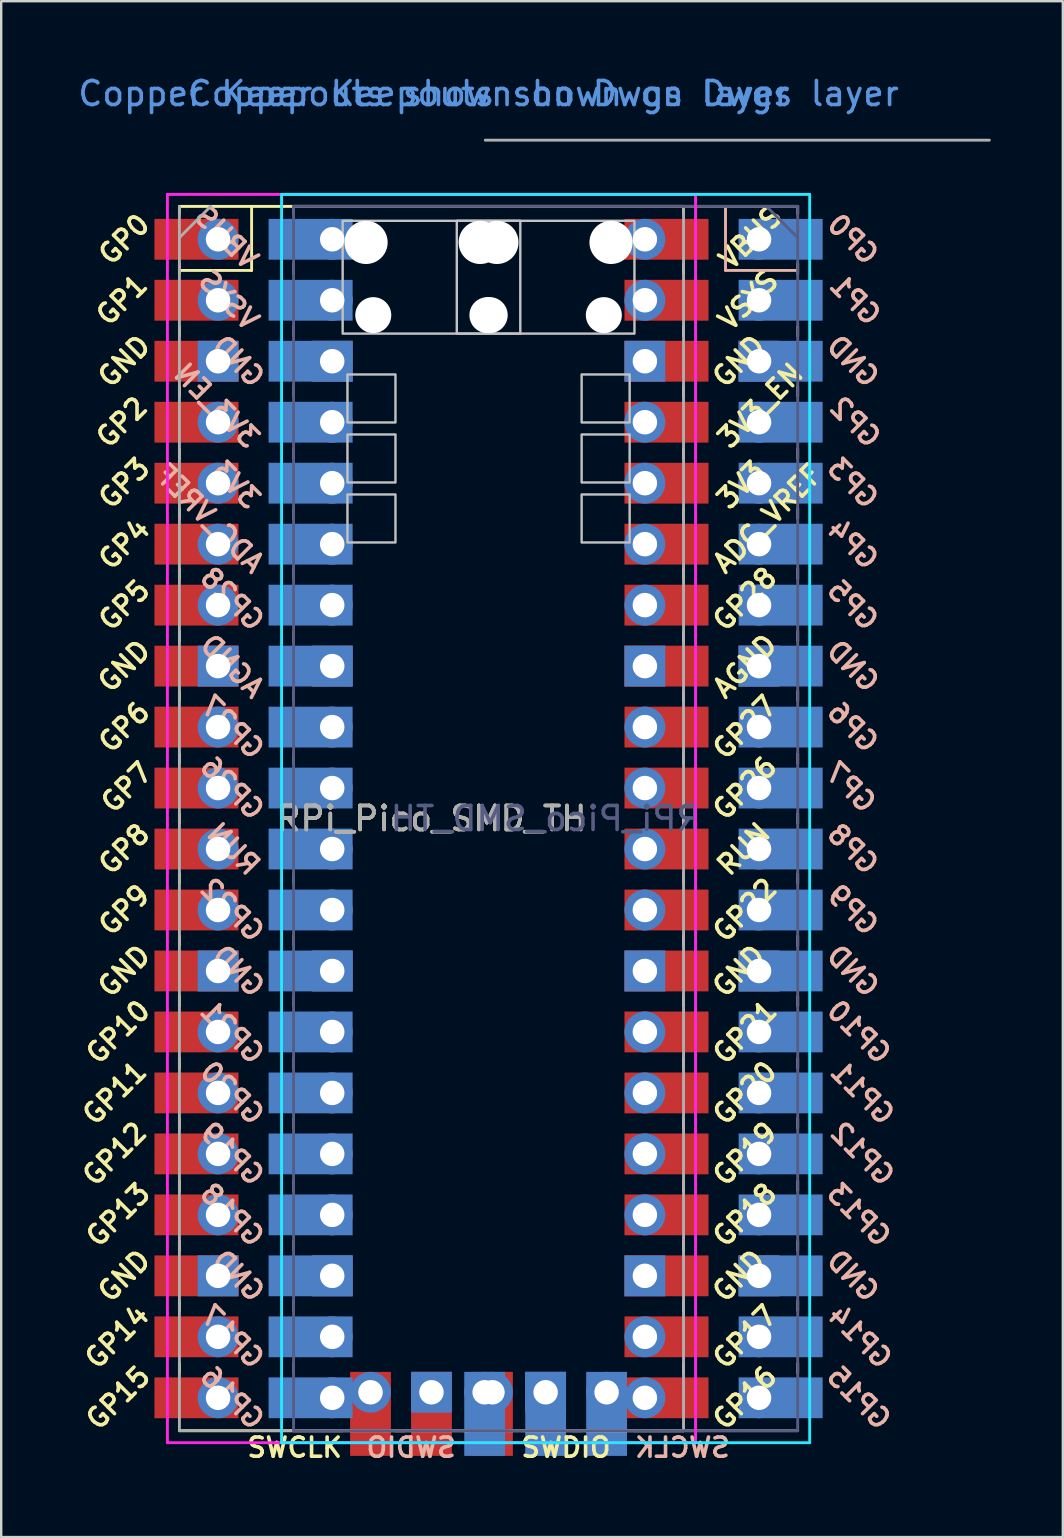
<source format=kicad_pcb>
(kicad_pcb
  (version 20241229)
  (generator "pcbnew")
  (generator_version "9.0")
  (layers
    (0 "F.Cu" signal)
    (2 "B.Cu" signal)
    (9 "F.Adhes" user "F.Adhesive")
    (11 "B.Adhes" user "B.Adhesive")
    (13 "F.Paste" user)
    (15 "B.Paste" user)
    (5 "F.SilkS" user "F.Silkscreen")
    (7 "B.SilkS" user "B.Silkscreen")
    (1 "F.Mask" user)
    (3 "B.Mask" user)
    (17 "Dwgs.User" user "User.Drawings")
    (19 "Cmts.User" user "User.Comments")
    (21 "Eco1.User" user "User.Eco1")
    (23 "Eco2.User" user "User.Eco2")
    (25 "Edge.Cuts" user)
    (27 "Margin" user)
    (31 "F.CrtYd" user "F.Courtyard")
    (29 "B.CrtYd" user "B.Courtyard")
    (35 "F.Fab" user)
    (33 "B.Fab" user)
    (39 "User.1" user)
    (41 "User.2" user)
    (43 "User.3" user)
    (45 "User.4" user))
  (footprint "RPi_Pico_SMD_TH"
    (layer "F.Cu")
    (at 14.924 31.048)
    (property "Reference" "RPi_Pico_SMD_TH" (at 0 0 0) (layer "F.SilkS") (effects (font (size 1 1) (thickness 0.15))))
    (attr through_hole)
    (fp_line (start -10.5 -25.5) (end -10.5 -25.2) (stroke (width 0.12) (type solid)) (layer "F.SilkS"))
    (fp_line (start -10.5 -25.5) (end 10.5 -25.5) (stroke (width 0.12) (type solid)) (layer "F.SilkS"))
    (fp_line (start -10.5 -23.1) (end -10.5 -22.7) (stroke (width 0.12) (type solid)) (layer "F.SilkS"))
    (fp_line (start -10.5 -22.833) (end -7.493 -22.833) (stroke (width 0.12) (type solid)) (layer "F.SilkS"))
    (fp_line (start -10.5 -20.5) (end -10.5 -20.1) (stroke (width 0.12) (type solid)) (layer "F.SilkS"))
    (fp_line (start -10.5 -18) (end -10.5 -17.6) (stroke (width 0.12) (type solid)) (layer "F.SilkS"))
    (fp_line (start -10.5 -15.4) (end -10.5 -15) (stroke (width 0.12) (type solid)) (layer "F.SilkS"))
    (fp_line (start -10.5 -12.9) (end -10.5 -12.5) (stroke (width 0.12) (type solid)) (layer "F.SilkS"))
    (fp_line (start -10.5 -10.4) (end -10.5 -10) (stroke (width 0.12) (type solid)) (layer "F.SilkS"))
    (fp_line (start -10.5 -7.8) (end -10.5 -7.4) (stroke (width 0.12) (type solid)) (layer "F.SilkS"))
    (fp_line (start -10.5 -5.3) (end -10.5 -4.9) (stroke (width 0.12) (type solid)) (layer "F.SilkS"))
    (fp_line (start -10.5 -2.7) (end -10.5 -2.3) (stroke (width 0.12) (type solid)) (layer "F.SilkS"))
    (fp_line (start -10.5 -0.2) (end -10.5 0.2) (stroke (width 0.12) (type solid)) (layer "F.SilkS"))
    (fp_line (start -10.5 2.3) (end -10.5 2.7) (stroke (width 0.12) (type solid)) (layer "F.SilkS"))
    (fp_line (start -10.5 4.9) (end -10.5 5.3) (stroke (width 0.12) (type solid)) (layer "F.SilkS"))
    (fp_line (start -10.5 7.4) (end -10.5 7.8) (stroke (width 0.12) (type solid)) (layer "F.SilkS"))
    (fp_line (start -10.5 10) (end -10.5 10.4) (stroke (width 0.12) (type solid)) (layer "F.SilkS"))
    (fp_line (start -10.5 12.5) (end -10.5 12.9) (stroke (width 0.12) (type solid)) (layer "F.SilkS"))
    (fp_line (start -10.5 15.1) (end -10.5 15.5) (stroke (width 0.12) (type solid)) (layer "F.SilkS"))
    (fp_line (start -10.5 17.6) (end -10.5 18) (stroke (width 0.12) (type solid)) (layer "F.SilkS"))
    (fp_line (start -10.5 20.1) (end -10.5 20.5) (stroke (width 0.12) (type solid)) (layer "F.SilkS"))
    (fp_line (start -10.5 22.7) (end -10.5 23.1) (stroke (width 0.12) (type solid)) (layer "F.SilkS"))
    (fp_line (start -7.493 -22.833) (end -7.493 -25.5) (stroke (width 0.12) (type solid)) (layer "F.SilkS"))
    (fp_line (start -3.7 25.5) (end -10.5 25.5) (stroke (width 0.12) (type solid)) (layer "F.SilkS"))
    (fp_line (start -1.5 25.5) (end -1.1 25.5) (stroke (width 0.12) (type solid)) (layer "F.SilkS"))
    (fp_line (start 1.1 25.5) (end 1.5 25.5) (stroke (width 0.12) (type solid)) (layer "F.SilkS"))
    (fp_line (start 10.5 -25.5) (end 10.5 -25.2) (stroke (width 0.12) (type solid)) (layer "F.SilkS"))
    (fp_line (start 10.5 -23.1) (end 10.5 -22.7) (stroke (width 0.12) (type solid)) (layer "F.SilkS"))
    (fp_line (start 10.5 -20.5) (end 10.5 -20.1) (stroke (width 0.12) (type solid)) (layer "F.SilkS"))
    (fp_line (start 10.5 -18) (end 10.5 -17.6) (stroke (width 0.12) (type solid)) (layer "F.SilkS"))
    (fp_line (start 10.5 -15.4) (end 10.5 -15) (stroke (width 0.12) (type solid)) (layer "F.SilkS"))
    (fp_line (start 10.5 -12.9) (end 10.5 -12.5) (stroke (width 0.12) (type solid)) (layer "F.SilkS"))
    (fp_line (start 10.5 -10.4) (end 10.5 -10) (stroke (width 0.12) (type solid)) (layer "F.SilkS"))
    (fp_line (start 10.5 -7.8) (end 10.5 -7.4) (stroke (width 0.12) (type solid)) (layer "F.SilkS"))
    (fp_line (start 10.5 -5.3) (end 10.5 -4.9) (stroke (width 0.12) (type solid)) (layer "F.SilkS"))
    (fp_line (start 10.5 -2.7) (end 10.5 -2.3) (stroke (width 0.12) (type solid)) (layer "F.SilkS"))
    (fp_line (start 10.5 -0.2) (end 10.5 0.2) (stroke (width 0.12) (type solid)) (layer "F.SilkS"))
    (fp_line (start 10.5 2.3) (end 10.5 2.7) (stroke (width 0.12) (type solid)) (layer "F.SilkS"))
    (fp_line (start 10.5 4.9) (end 10.5 5.3) (stroke (width 0.12) (type solid)) (layer "F.SilkS"))
    (fp_line (start 10.5 7.4) (end 10.5 7.8) (stroke (width 0.12) (type solid)) (layer "F.SilkS"))
    (fp_line (start 10.5 10) (end 10.5 10.4) (stroke (width 0.12) (type solid)) (layer "F.SilkS"))
    (fp_line (start 10.5 12.5) (end 10.5 12.9) (stroke (width 0.12) (type solid)) (layer "F.SilkS"))
    (fp_line (start 10.5 15.1) (end 10.5 15.5) (stroke (width 0.12) (type solid)) (layer "F.SilkS"))
    (fp_line (start 10.5 17.6) (end 10.5 18) (stroke (width 0.12) (type solid)) (layer "F.SilkS"))
    (fp_line (start 10.5 20.1) (end 10.5 20.5) (stroke (width 0.12) (type solid)) (layer "F.SilkS"))
    (fp_line (start 10.5 22.7) (end 10.5 23.1) (stroke (width 0.12) (type solid)) (layer "F.SilkS"))
    (fp_line (start 10.5 25.5) (end 3.7 25.5) (stroke (width 0.12) (type solid)) (layer "F.SilkS"))
    (fp_line (start -5.745 -25.5) (end -5.745 -25.2) (stroke (width 0.12) (type solid)) (layer "B.SilkS"))
    (fp_line (start -5.745 -23.1) (end -5.745 -22.7) (stroke (width 0.12) (type solid)) (layer "B.SilkS"))
    (fp_line (start -5.745 -20.5) (end -5.745 -20.1) (stroke (width 0.12) (type solid)) (layer "B.SilkS"))
    (fp_line (start -5.745 -18) (end -5.745 -17.6) (stroke (width 0.12) (type solid)) (layer "B.SilkS"))
    (fp_line (start -5.745 -15.4) (end -5.745 -15) (stroke (width 0.12) (type solid)) (layer "B.SilkS"))
    (fp_line (start -5.745 -12.9) (end -5.745 -12.5) (stroke (width 0.12) (type solid)) (layer "B.SilkS"))
    (fp_line (start -5.745 -10.4) (end -5.745 -10) (stroke (width 0.12) (type solid)) (layer "B.SilkS"))
    (fp_line (start -5.745 -7.8) (end -5.745 -7.4) (stroke (width 0.12) (type solid)) (layer "B.SilkS"))
    (fp_line (start -5.745 -5.3) (end -5.745 -4.9) (stroke (width 0.12) (type solid)) (layer "B.SilkS"))
    (fp_line (start -5.745 -2.7) (end -5.745 -2.3) (stroke (width 0.12) (type solid)) (layer "B.SilkS"))
    (fp_line (start -5.745 -0.2) (end -5.745 0.2) (stroke (width 0.12) (type solid)) (layer "B.SilkS"))
    (fp_line (start -5.745 2.3) (end -5.745 2.7) (stroke (width 0.12) (type solid)) (layer "B.SilkS"))
    (fp_line (start -5.745 4.9) (end -5.745 5.3) (stroke (width 0.12) (type solid)) (layer "B.SilkS"))
    (fp_line (start -5.745 7.4) (end -5.745 7.8) (stroke (width 0.12) (type solid)) (layer "B.SilkS"))
    (fp_line (start -5.745 10) (end -5.745 10.4) (stroke (width 0.12) (type solid)) (layer "B.SilkS"))
    (fp_line (start -5.745 12.5) (end -5.745 12.9) (stroke (width 0.12) (type solid)) (layer "B.SilkS"))
    (fp_line (start -5.745 15.1) (end -5.745 15.5) (stroke (width 0.12) (type solid)) (layer "B.SilkS"))
    (fp_line (start -5.745 17.6) (end -5.745 18) (stroke (width 0.12) (type solid)) (layer "B.SilkS"))
    (fp_line (start -5.745 20.1) (end -5.745 20.5) (stroke (width 0.12) (type solid)) (layer "B.SilkS"))
    (fp_line (start -5.745 22.7) (end -5.745 23.1) (stroke (width 0.12) (type solid)) (layer "B.SilkS"))
    (fp_line (start -5.745 25.5) (end 1.055 25.5) (stroke (width 0.12) (type solid)) (layer "B.SilkS"))
    (fp_line (start 3.655 25.5) (end 3.255 25.5) (stroke (width 0.12) (type solid)) (layer "B.SilkS"))
    (fp_line (start 6.255 25.5) (end 5.855 25.5) (stroke (width 0.12) (type solid)) (layer "B.SilkS"))
    (fp_line (start 8.455 25.5) (end 15.255 25.5) (stroke (width 0.12) (type solid)) (layer "B.SilkS"))
    (fp_line (start 12.248 -22.833) (end 12.248 -25.5) (stroke (width 0.12) (type solid)) (layer "B.SilkS"))
    (fp_line (start 15.255 -25.5) (end -5.745 -25.5) (stroke (width 0.12) (type solid)) (layer "B.SilkS"))
    (fp_line (start 15.255 -25.5) (end 15.255 -25.2) (stroke (width 0.12) (type solid)) (layer "B.SilkS"))
    (fp_line (start 15.255 -23.1) (end 15.255 -22.7) (stroke (width 0.12) (type solid)) (layer "B.SilkS"))
    (fp_line (start 15.255 -22.833) (end 12.248 -22.833) (stroke (width 0.12) (type solid)) (layer "B.SilkS"))
    (fp_line (start 15.255 -20.5) (end 15.255 -20.1) (stroke (width 0.12) (type solid)) (layer "B.SilkS"))
    (fp_line (start 15.255 -18) (end 15.255 -17.6) (stroke (width 0.12) (type solid)) (layer "B.SilkS"))
    (fp_line (start 15.255 -15.4) (end 15.255 -15) (stroke (width 0.12) (type solid)) (layer "B.SilkS"))
    (fp_line (start 15.255 -12.9) (end 15.255 -12.5) (stroke (width 0.12) (type solid)) (layer "B.SilkS"))
    (fp_line (start 15.255 -10.4) (end 15.255 -10) (stroke (width 0.12) (type solid)) (layer "B.SilkS"))
    (fp_line (start 15.255 -7.8) (end 15.255 -7.4) (stroke (width 0.12) (type solid)) (layer "B.SilkS"))
    (fp_line (start 15.255 -5.3) (end 15.255 -4.9) (stroke (width 0.12) (type solid)) (layer "B.SilkS"))
    (fp_line (start 15.255 -2.7) (end 15.255 -2.3) (stroke (width 0.12) (type solid)) (layer "B.SilkS"))
    (fp_line (start 15.255 -0.2) (end 15.255 0.2) (stroke (width 0.12) (type solid)) (layer "B.SilkS"))
    (fp_line (start 15.255 2.3) (end 15.255 2.7) (stroke (width 0.12) (type solid)) (layer "B.SilkS"))
    (fp_line (start 15.255 4.9) (end 15.255 5.3) (stroke (width 0.12) (type solid)) (layer "B.SilkS"))
    (fp_line (start 15.255 7.4) (end 15.255 7.8) (stroke (width 0.12) (type solid)) (layer "B.SilkS"))
    (fp_line (start 15.255 10) (end 15.255 10.4) (stroke (width 0.12) (type solid)) (layer "B.SilkS"))
    (fp_line (start 15.255 12.5) (end 15.255 12.9) (stroke (width 0.12) (type solid)) (layer "B.SilkS"))
    (fp_line (start 15.255 15.1) (end 15.255 15.5) (stroke (width 0.12) (type solid)) (layer "B.SilkS"))
    (fp_line (start 15.255 17.6) (end 15.255 18) (stroke (width 0.12) (type solid)) (layer "B.SilkS"))
    (fp_line (start 15.255 20.1) (end 15.255 20.5) (stroke (width 0.12) (type solid)) (layer "B.SilkS"))
    (fp_line (start 15.255 22.7) (end 15.255 23.1) (stroke (width 0.12) (type solid)) (layer "B.SilkS"))
    (fp_poly (pts (xy -1.5 -16.5) (xy -3.5 -16.5) (xy -3.5 -18.5) (xy -1.5 -18.5)) (stroke (width 0.1) (type solid)) (fill no) (layer "Dwgs.User"))
    (fp_poly (pts (xy -1.5 -14) (xy -3.5 -14) (xy -3.5 -16) (xy -1.5 -16)) (stroke (width 0.1) (type solid)) (fill no) (layer "Dwgs.User"))
    (fp_poly (pts (xy -1.5 -11.5) (xy -3.5 -11.5) (xy -3.5 -13.5) (xy -1.5 -13.5)) (stroke (width 0.1) (type solid)) (fill no) (layer "Dwgs.User"))
    (fp_poly (pts (xy 1.055 -20.2) (xy 8.455 -20.2) (xy 8.455 -24.9) (xy 1.055 -24.9)) (stroke (width 0.1) (type solid)) (fill no) (layer "Dwgs.User"))
    (fp_poly (pts (xy 3.7 -20.2) (xy -3.7 -20.2) (xy -3.7 -24.9) (xy 3.7 -24.9)) (stroke (width 0.1) (type solid)) (fill no) (layer "Dwgs.User"))
    (fp_poly (pts (xy 6.255 -16.5) (xy 8.255 -16.5) (xy 8.255 -18.5) (xy 6.255 -18.5)) (stroke (width 0.1) (type solid)) (fill no) (layer "Dwgs.User"))
    (fp_poly (pts (xy 6.255 -14) (xy 8.255 -14) (xy 8.255 -16) (xy 6.255 -16)) (stroke (width 0.1) (type solid)) (fill no) (layer "Dwgs.User"))
    (fp_poly (pts (xy 6.255 -11.5) (xy 8.255 -11.5) (xy 8.255 -13.5) (xy 6.255 -13.5)) (stroke (width 0.1) (type solid)) (fill no) (layer "Dwgs.User"))
    (fp_line (start -6.245 -26) (end -6.245 26) (stroke (width 0.12) (type solid)) (layer "B.CrtYd"))
    (fp_line (start -6.245 26) (end 15.755 26) (stroke (width 0.12) (type solid)) (layer "B.CrtYd"))
    (fp_line (start 15.755 -26) (end -6.245 -26) (stroke (width 0.12) (type solid)) (layer "B.CrtYd"))
    (fp_line (start 15.755 26) (end 15.755 -26) (stroke (width 0.12) (type solid)) (layer "B.CrtYd"))
    (fp_line (start -11 -26) (end 11 -26) (stroke (width 0.12) (type solid)) (layer "F.CrtYd"))
    (fp_line (start -11 26) (end -11 -26) (stroke (width 0.12) (type solid)) (layer "F.CrtYd"))
    (fp_line (start 11 -26) (end 11 26) (stroke (width 0.12) (type solid)) (layer "F.CrtYd"))
    (fp_line (start 11 26) (end -11 26) (stroke (width 0.12) (type solid)) (layer "F.CrtYd"))
    (fp_line (start -5.745 -25.5) (end -5.745 25.5) (stroke (width 0.12) (type solid)) (layer "B.Fab"))
    (fp_line (start -5.745 25.5) (end 15.255 25.5) (stroke (width 0.12) (type solid)) (layer "B.Fab"))
    (fp_line (start 15.255 -25.5) (end -5.745 -25.5) (stroke (width 0.12) (type solid)) (layer "B.Fab"))
    (fp_line (start 15.255 -24.2) (end 13.955 -25.5) (stroke (width 0.12) (type solid)) (layer "B.Fab"))
    (fp_line (start 15.255 25.5) (end 15.255 -25.5) (stroke (width 0.12) (type solid)) (layer "B.Fab"))
    (fp_line (start -10.5 -24.2) (end -9.2 -25.5) (stroke (width 0.12) (type solid)) (layer "F.Fab"))
    (fp_line (start -10.5 25.5) (end -10.5 -25.5) (stroke (width 0.12) (type solid)) (layer "F.Fab"))
    (fp_line (start 2.24 -28.26) (end 23.24 -28.26) (stroke (width 0.12) (type solid)) (layer "F.Fab"))
    (fp_line (start 10.5 -25.5) (end 10.5 25.5) (stroke (width 0.12) (type solid)) (layer "F.Fab"))
    (fp_line (start 10.5 25.5) (end -10.5 25.5) (stroke (width 0.12) (type solid)) (layer "F.Fab"))
    (fp_text user "GND" (at -12.8 -6.35 45) (layer "F.SilkS") (effects (font (size 0.8 0.8) (thickness 0.15))))
    (fp_text user "GP14" (at -13.1 21.59 45) (layer "F.SilkS") (effects (font (size 0.8 0.8) (thickness 0.15))))
    (fp_text user "GP27" (at 13.054 -3.8 45) (layer "F.SilkS") (effects (font (size 0.8 0.8) (thickness 0.15))))
    (fp_text user "GP28" (at 13.054 -9.144 45) (layer "F.SilkS") (effects (font (size 0.8 0.8) (thickness 0.15))))
    (fp_text user "GND" (at 12.8 6.35 45) (layer "F.SilkS") (effects (font (size 0.8 0.8) (thickness 0.15))))
    (fp_text user "ADC_VREF" (at 14 -12.5 45) (layer "F.SilkS") (effects (font (size 0.8 0.8) (thickness 0.15))))
    (fp_text user "GP10" (at -13.054 8.89 45) (layer "F.SilkS") (effects (font (size 0.8 0.8) (thickness 0.15))))
    (fp_text user "GP7" (at -12.7 -1.3 45) (layer "F.SilkS") (effects (font (size 0.8 0.8) (thickness 0.15))))
    (fp_text user "GP16" (at 13.054 24.13 45) (layer "F.SilkS") (effects (font (size 0.8 0.8) (thickness 0.15))))
    (fp_text user "GP19" (at 13.054 13.97 45) (layer "F.SilkS") (effects (font (size 0.8 0.8) (thickness 0.15))))
    (fp_text user "GND" (at -12.8 19.05 45) (layer "F.SilkS") (effects (font (size 0.8 0.8) (thickness 0.15))))
    (fp_text user "GP17" (at 13.054 21.59 45) (layer "F.SilkS") (effects (font (size 0.8 0.8) (thickness 0.15))))
    (fp_text user "GP4" (at -12.8 -11.43 45) (layer "F.SilkS") (effects (font (size 0.8 0.8) (thickness 0.15))))
    (fp_text user "GP9" (at -12.8 3.81 45) (layer "F.SilkS") (effects (font (size 0.8 0.8) (thickness 0.15))))
    (fp_text user "GP2" (at -12.9 -16.51 45) (layer "F.SilkS") (effects (font (size 0.8 0.8) (thickness 0.15))))
    (fp_text user "GP12" (at -13.2 13.97 45) (layer "F.SilkS") (effects (font (size 0.8 0.8) (thickness 0.15))))
    (fp_text user "VBUS" (at 13.3 -24.2 45) (layer "F.SilkS") (effects (font (size 0.8 0.8) (thickness 0.15))))
    (fp_text user "GP21" (at 13.054 8.9 45) (layer "F.SilkS") (effects (font (size 0.8 0.8) (thickness 0.15))))
    (fp_text user "GND" (at 12.8 -19.05 45) (layer "F.SilkS") (effects (font (size 0.8 0.8) (thickness 0.15))))
    (fp_text user "VSYS" (at 13.2 -21.59 45) (layer "F.SilkS") (effects (font (size 0.8 0.8) (thickness 0.15))))
    (fp_text user "SWCLK" (at -5.7 26.2 0) (layer "F.SilkS") (effects (font (size 0.8 0.8) (thickness 0.15))))
    (fp_text user "SWDIO" (at 5.6 26.2 0) (layer "F.SilkS") (effects (font (size 0.8 0.8) (thickness 0.15))))
    (fp_text user "GP18" (at 13.054 16.51 45) (layer "F.SilkS") (effects (font (size 0.8 0.8) (thickness 0.15))))
    (fp_text user "GP5" (at -12.8 -8.89 45) (layer "F.SilkS") (effects (font (size 0.8 0.8) (thickness 0.15))))
    (fp_text user "GP15" (at -13.054 24.13 45) (layer "F.SilkS") (effects (font (size 0.8 0.8) (thickness 0.15))))
    (fp_text user "AGND" (at 13.054 -6.35 45) (layer "F.SilkS") (effects (font (size 0.8 0.8) (thickness 0.15))))
    (fp_text user "GND" (at 12.8 19.05 45) (layer "F.SilkS") (effects (font (size 0.8 0.8) (thickness 0.15))))
    (fp_text user "GP0" (at -12.8 -24.13 45) (layer "F.SilkS") (effects (font (size 0.8 0.8) (thickness 0.15))))
    (fp_text user "GP26" (at 13.054 -1.27 45) (layer "F.SilkS") (effects (font (size 0.8 0.8) (thickness 0.15))))
    (fp_text user "GP1" (at -12.9 -21.6 45) (layer "F.SilkS") (effects (font (size 0.8 0.8) (thickness 0.15))))
    (fp_text user "3V3" (at 12.9 -13.9 45) (layer "F.SilkS") (effects (font (size 0.8 0.8) (thickness 0.15))))
    (fp_text user "3V3_EN" (at 13.7 -17.2 45) (layer "F.SilkS") (effects (font (size 0.8 0.8) (thickness 0.15))))
    (fp_text user "GP3" (at -12.8 -13.97 45) (layer "F.SilkS") (effects (font (size 0.8 0.8) (thickness 0.15))))
    (fp_text user "RUN" (at 13 1.27 45) (layer "F.SilkS") (effects (font (size 0.8 0.8) (thickness 0.15))))
    (fp_text user "GP6" (at -12.8 -3.81 45) (layer "F.SilkS") (effects (font (size 0.8 0.8) (thickness 0.15))))
    (fp_text user "GP22" (at 13.054 3.81 45) (layer "F.SilkS") (effects (font (size 0.8 0.8) (thickness 0.15))))
    (fp_text user "GP11" (at -13.2 11.43 45) (layer "F.SilkS") (effects (font (size 0.8 0.8) (thickness 0.15))))
    (fp_text user "GP20" (at 13.054 11.43 45) (layer "F.SilkS") (effects (font (size 0.8 0.8) (thickness 0.15))))
    (fp_text user "GND" (at -12.8 -19.05 45) (layer "F.SilkS") (effects (font (size 0.8 0.8) (thickness 0.15))))
    (fp_text user "GP13" (at -13.054 16.51 45) (layer "F.SilkS") (effects (font (size 0.8 0.8) (thickness 0.15))))
    (fp_text user "GND" (at -12.8 6.35 45) (layer "F.SilkS") (effects (font (size 0.8 0.8) (thickness 0.15))))
    (fp_text user "GP8" (at -12.8 1.27 45) (layer "F.SilkS") (effects (font (size 0.8 0.8) (thickness 0.15))))
    (fp_text user "RUN" (at -8.245 1.27 315) (layer "B.SilkS") (effects (font (size 0.8 0.8) (thickness 0.15)) (justify mirror)))
    (fp_text user "GP8" (at 17.555 1.27 315) (layer "B.SilkS") (effects (font (size 0.8 0.8) (thickness 0.15)) (justify mirror)))
    (fp_text user "GND" (at 17.555 19.05 315) (layer "B.SilkS") (effects (font (size 0.8 0.8) (thickness 0.15)) (justify mirror)))
    (fp_text user "VSYS" (at -8.445 -21.59 315) (layer "B.SilkS") (effects (font (size 0.8 0.8) (thickness 0.15)) (justify mirror)))
    (fp_text user "GP6" (at 17.555 -3.81 315) (layer "B.SilkS") (effects (font (size 0.8 0.8) (thickness 0.15)) (justify mirror)))
    (fp_text user "GP26" (at -8.299 -1.27 315) (layer "B.SilkS") (effects (font (size 0.8 0.8) (thickness 0.15)) (justify mirror)))
    (fp_text user "GP5" (at 17.555 -8.89 315) (layer "B.SilkS") (effects (font (size 0.8 0.8) (thickness 0.15)) (justify mirror)))
    (fp_text user "GP18" (at -8.299 16.51 315) (layer "B.SilkS") (effects (font (size 0.8 0.8) (thickness 0.15)) (justify mirror)))
    (fp_text user "GND" (at -8.045 19.05 315) (layer "B.SilkS") (effects (font (size 0.8 0.8) (thickness 0.15)) (justify mirror)))
    (fp_text user "3V3" (at -8.145 -13.9 315) (layer "B.SilkS") (effects (font (size 0.8 0.8) (thickness 0.15)) (justify mirror)))
    (fp_text user "GP14" (at 17.855 21.59 315) (layer "B.SilkS") (effects (font (size 0.8 0.8) (thickness 0.15)) (justify mirror)))
    (fp_text user "ADC_VREF" (at -9.245 -12.5 315) (layer "B.SilkS") (effects (font (size 0.8 0.8) (thickness 0.15)) (justify mirror)))
    (fp_text user "GP1" (at 17.655 -21.6 315) (layer "B.SilkS") (effects (font (size 0.8 0.8) (thickness 0.15)) (justify mirror)))
    (fp_text user "GP7" (at 17.455 -1.3 315) (layer "B.SilkS") (effects (font (size 0.8 0.8) (thickness 0.15)) (justify mirror)))
    (fp_text user "GP12" (at 17.955 13.97 315) (layer "B.SilkS") (effects (font (size 0.8 0.8) (thickness 0.15)) (justify mirror)))
    (fp_text user "GP9" (at 17.555 3.81 315) (layer "B.SilkS") (effects (font (size 0.8 0.8) (thickness 0.15)) (justify mirror)))
    (fp_text user "GND" (at -8.045 6.35 315) (layer "B.SilkS") (effects (font (size 0.8 0.8) (thickness 0.15)) (justify mirror)))
    (fp_text user "GND" (at 17.555 -6.35 315) (layer "B.SilkS") (effects (font (size 0.8 0.8) (thickness 0.15)) (justify mirror)))
    (fp_text user "GP19" (at -8.299 13.97 315) (layer "B.SilkS") (effects (font (size 0.8 0.8) (thickness 0.15)) (justify mirror)))
    (fp_text user "GP3" (at 17.555 -13.97 315) (layer "B.SilkS") (effects (font (size 0.8 0.8) (thickness 0.15)) (justify mirror)))
    (fp_text user "SWCLK" (at 10.455 26.2 0) (layer "B.SilkS") (effects (font (size 0.8 0.8) (thickness 0.15)) (justify mirror)))
    (fp_text user "GP20" (at -8.299 11.43 315) (layer "B.SilkS") (effects (font (size 0.8 0.8) (thickness 0.15)) (justify mirror)))
    (fp_text user "GP11" (at 17.955 11.43 315) (layer "B.SilkS") (effects (font (size 0.8 0.8) (thickness 0.15)) (justify mirror)))
    (fp_text user "GP15" (at 17.809 24.13 315) (layer "B.SilkS") (effects (font (size 0.8 0.8) (thickness 0.15)) (justify mirror)))
    (fp_text user "GP4" (at 17.555 -11.43 315) (layer "B.SilkS") (effects (font (size 0.8 0.8) (thickness 0.15)) (justify mirror)))
    (fp_text user "GP21" (at -8.299 8.9 315) (layer "B.SilkS") (effects (font (size 0.8 0.8) (thickness 0.15)) (justify mirror)))
    (fp_text user "GP22" (at -8.299 3.81 315) (layer "B.SilkS") (effects (font (size 0.8 0.8) (thickness 0.15)) (justify mirror)))
    (fp_text user "GP13" (at 17.809 16.51 315) (layer "B.SilkS") (effects (font (size 0.8 0.8) (thickness 0.15)) (justify mirror)))
    (fp_text user "GP0" (at 17.555 -24.13 315) (layer "B.SilkS") (effects (font (size 0.8 0.8) (thickness 0.15)) (justify mirror)))
    (fp_text user "GP2" (at 17.655 -16.51 315) (layer "B.SilkS") (effects (font (size 0.8 0.8) (thickness 0.15)) (justify mirror)))
    (fp_text user "GP27" (at -8.299 -3.8 315) (layer "B.SilkS") (effects (font (size 0.8 0.8) (thickness 0.15)) (justify mirror)))
    (fp_text user "VBUS" (at -8.545 -24.2 315) (layer "B.SilkS") (effects (font (size 0.8 0.8) (thickness 0.15)) (justify mirror)))
    (fp_text user "AGND" (at -8.299 -6.35 315) (layer "B.SilkS") (effects (font (size 0.8 0.8) (thickness 0.15)) (justify mirror)))
    (fp_text user "SWDIO" (at -0.845 26.2 0) (layer "B.SilkS") (effects (font (size 0.8 0.8) (thickness 0.15)) (justify mirror)))
    (fp_text user "GP16" (at -8.299 24.13 315) (layer "B.SilkS") (effects (font (size 0.8 0.8) (thickness 0.15)) (justify mirror)))
    (fp_text user "3V3_EN" (at -8.945 -17.2 315) (layer "B.SilkS") (effects (font (size 0.8 0.8) (thickness 0.15)) (justify mirror)))
    (fp_text user "GP17" (at -8.299 21.59 315) (layer "B.SilkS") (effects (font (size 0.8 0.8) (thickness 0.15)) (justify mirror)))
    (fp_text user "GND" (at -8.045 -19.05 315) (layer "B.SilkS") (effects (font (size 0.8 0.8) (thickness 0.15)) (justify mirror)))
    (fp_text user "GND" (at 17.555 -19.05 315) (layer "B.SilkS") (effects (font (size 0.8 0.8) (thickness 0.15)) (justify mirror)))
    (fp_text user "GND" (at 17.555 6.35 315) (layer "B.SilkS") (effects (font (size 0.8 0.8) (thickness 0.15)) (justify mirror)))
    (fp_text user "GP28" (at -8.299 -9.144 315) (layer "B.SilkS") (effects (font (size 0.8 0.8) (thickness 0.15)) (justify mirror)))
    (fp_text user "GP10" (at 17.809 8.89 315) (layer "B.SilkS") (effects (font (size 0.8 0.8) (thickness 0.15)) (justify mirror)))
    (fp_text user "Copper Keepouts shown on Dwgs layer" (at 4.655 -30.2 0) (layer "Cmts.User") (effects (font (size 1 1) (thickness 0.15))))
    (fp_text user "Copper Keepouts shown on Dwgs layer" (at 0.1 -30.2 0) (layer "Cmts.User") (effects (font (size 1 1) (thickness 0.15))))
    (fp_text user "${REFERENCE}" (at 4.755 0 180) (layer "B.Fab") (effects (font (size 1 1) (thickness 0.15)) (justify mirror)))
    (fp_text user "${REFERENCE}" (at 0 0 180) (layer "F.Fab") (effects (font (size 1 1) (thickness 0.15))))
    (pad "" np_thru_hole oval (at -2.725 -24) (size 1.8 1.8) (drill 1.8) (layers "*.Cu" "*.Mask"))
    (pad "" np_thru_hole oval (at -2.425 -20.97) (size 1.5 1.5) (drill 1.5) (layers "*.Cu" "*.Mask"))
    (pad "" np_thru_hole oval (at 2.03 -24) (size 1.8 1.8) (drill 1.8) (layers "*.Cu" "*.Mask"))
    (pad "" np_thru_hole oval (at 2.33 -20.97) (size 1.5 1.5) (drill 1.5) (layers "*.Cu" "*.Mask"))
    (pad "" np_thru_hole oval (at 2.425 -20.97) (size 1.5 1.5) (drill 1.5) (layers "*.Cu" "*.Mask"))
    (pad "" np_thru_hole oval (at 2.725 -24) (size 1.8 1.8) (drill 1.8) (layers "*.Cu" "*.Mask"))
    (pad "" np_thru_hole oval (at 7.18 -20.97) (size 1.5 1.5) (drill 1.5) (layers "*.Cu" "*.Mask"))
    (pad "" np_thru_hole oval (at 7.48 -24) (size 1.8 1.8) (drill 1.8) (layers "*.Cu" "*.Mask"))
    (pad "1" thru_hole oval (at -8.89 -24.13) (size 1.7 1.7) (drill 1.02) (layers "*.Cu" "*.Mask"))
    (pad "1" smd rect (at -8.89 -24.13) (size 3.5 1.7) (drill (offset -0.9 0)) (layers "F.Cu" "F.Mask"))
    (pad "1" thru_hole oval (at 13.645 -24.13) (size 1.7 1.7) (drill 1.02) (layers "*.Cu" "*.Mask"))
    (pad "1" smd rect (at 13.645 -24.13) (size 3.5 1.7) (drill (offset 0.9 0)) (layers "B.Cu" "B.Mask"))
    (pad "2" thru_hole oval (at -8.89 -21.59) (size 1.7 1.7) (drill 1.02) (layers "*.Cu" "*.Mask"))
    (pad "2" smd rect (at -8.89 -21.59) (size 3.5 1.7) (drill (offset -0.9 0)) (layers "F.Cu" "F.Mask"))
    (pad "2" thru_hole oval (at 13.645 -21.59) (size 1.7 1.7) (drill 1.02) (layers "*.Cu" "*.Mask"))
    (pad "2" smd rect (at 13.645 -21.59) (size 3.5 1.7) (drill (offset 0.9 0)) (layers "B.Cu" "B.Mask"))
    (pad "3" thru_hole rect (at -8.89 -19.05) (size 1.7 1.7) (drill 1.02) (layers "*.Cu" "*.Mask"))
    (pad "3" smd rect (at -8.89 -19.05) (size 3.5 1.7) (drill (offset -0.9 0)) (layers "F.Cu" "F.Mask"))
    (pad "3" thru_hole rect (at 13.645 -19.05) (size 1.7 1.7) (drill 1.02) (layers "*.Cu" "*.Mask"))
    (pad "3" smd rect (at 13.645 -19.05) (size 3.5 1.7) (drill (offset 0.9 0)) (layers "B.Cu" "B.Mask"))
    (pad "4" thru_hole oval (at -8.89 -16.51) (size 1.7 1.7) (drill 1.02) (layers "*.Cu" "*.Mask"))
    (pad "4" smd rect (at -8.89 -16.51) (size 3.5 1.7) (drill (offset -0.9 0)) (layers "F.Cu" "F.Mask"))
    (pad "4" thru_hole oval (at 13.645 -16.51) (size 1.7 1.7) (drill 1.02) (layers "*.Cu" "*.Mask"))
    (pad "4" smd rect (at 13.645 -16.51) (size 3.5 1.7) (drill (offset 0.9 0)) (layers "B.Cu" "B.Mask"))
    (pad "5" thru_hole oval (at -8.89 -13.97) (size 1.7 1.7) (drill 1.02) (layers "*.Cu" "*.Mask"))
    (pad "5" smd rect (at -8.89 -13.97) (size 3.5 1.7) (drill (offset -0.9 0)) (layers "F.Cu" "F.Mask"))
    (pad "5" thru_hole oval (at 13.645 -13.97) (size 1.7 1.7) (drill 1.02) (layers "*.Cu" "*.Mask"))
    (pad "5" smd rect (at 13.645 -13.97) (size 3.5 1.7) (drill (offset 0.9 0)) (layers "B.Cu" "B.Mask"))
    (pad "6" thru_hole oval (at -8.89 -11.43) (size 1.7 1.7) (drill 1.02) (layers "*.Cu" "*.Mask"))
    (pad "6" smd rect (at -8.89 -11.43) (size 3.5 1.7) (drill (offset -0.9 0)) (layers "F.Cu" "F.Mask"))
    (pad "6" thru_hole oval (at 13.645 -11.43) (size 1.7 1.7) (drill 1.02) (layers "*.Cu" "*.Mask"))
    (pad "6" smd rect (at 13.645 -11.43) (size 3.5 1.7) (drill (offset 0.9 0)) (layers "B.Cu" "B.Mask"))
    (pad "7" thru_hole oval (at -8.89 -8.89) (size 1.7 1.7) (drill 1.02) (layers "*.Cu" "*.Mask"))
    (pad "7" smd rect (at -8.89 -8.89) (size 3.5 1.7) (drill (offset -0.9 0)) (layers "F.Cu" "F.Mask"))
    (pad "7" thru_hole oval (at 13.645 -8.89) (size 1.7 1.7) (drill 1.02) (layers "*.Cu" "*.Mask"))
    (pad "7" smd rect (at 13.645 -8.89) (size 3.5 1.7) (drill (offset 0.9 0)) (layers "B.Cu" "B.Mask"))
    (pad "8" thru_hole rect (at -8.89 -6.35) (size 1.7 1.7) (drill 1.02) (layers "*.Cu" "*.Mask"))
    (pad "8" smd rect (at -8.89 -6.35) (size 3.5 1.7) (drill (offset -0.9 0)) (layers "F.Cu" "F.Mask"))
    (pad "8" thru_hole rect (at 13.645 -6.35) (size 1.7 1.7) (drill 1.02) (layers "*.Cu" "*.Mask"))
    (pad "8" smd rect (at 13.645 -6.35) (size 3.5 1.7) (drill (offset 0.9 0)) (layers "B.Cu" "B.Mask"))
    (pad "9" thru_hole oval (at -8.89 -3.81) (size 1.7 1.7) (drill 1.02) (layers "*.Cu" "*.Mask"))
    (pad "9" smd rect (at -8.89 -3.81) (size 3.5 1.7) (drill (offset -0.9 0)) (layers "F.Cu" "F.Mask"))
    (pad "9" thru_hole oval (at 13.645 -3.81) (size 1.7 1.7) (drill 1.02) (layers "*.Cu" "*.Mask"))
    (pad "9" smd rect (at 13.645 -3.81) (size 3.5 1.7) (drill (offset 0.9 0)) (layers "B.Cu" "B.Mask"))
    (pad "10" thru_hole oval (at -8.89 -1.27) (size 1.7 1.7) (drill 1.02) (layers "*.Cu" "*.Mask"))
    (pad "10" smd rect (at -8.89 -1.27) (size 3.5 1.7) (drill (offset -0.9 0)) (layers "F.Cu" "F.Mask"))
    (pad "10" thru_hole oval (at 13.645 -1.27) (size 1.7 1.7) (drill 1.02) (layers "*.Cu" "*.Mask"))
    (pad "10" smd rect (at 13.645 -1.27) (size 3.5 1.7) (drill (offset 0.9 0)) (layers "B.Cu" "B.Mask"))
    (pad "11" thru_hole oval (at -8.89 1.27) (size 1.7 1.7) (drill 1.02) (layers "*.Cu" "*.Mask"))
    (pad "11" smd rect (at -8.89 1.27) (size 3.5 1.7) (drill (offset -0.9 0)) (layers "F.Cu" "F.Mask"))
    (pad "11" thru_hole oval (at 13.645 1.27) (size 1.7 1.7) (drill 1.02) (layers "*.Cu" "*.Mask"))
    (pad "11" smd rect (at 13.645 1.27) (size 3.5 1.7) (drill (offset 0.9 0)) (layers "B.Cu" "B.Mask"))
    (pad "12" thru_hole oval (at -8.89 3.81) (size 1.7 1.7) (drill 1.02) (layers "*.Cu" "*.Mask"))
    (pad "12" smd rect (at -8.89 3.81) (size 3.5 1.7) (drill (offset -0.9 0)) (layers "F.Cu" "F.Mask"))
    (pad "12" thru_hole oval (at 13.645 3.81) (size 1.7 1.7) (drill 1.02) (layers "*.Cu" "*.Mask"))
    (pad "12" smd rect (at 13.645 3.81) (size 3.5 1.7) (drill (offset 0.9 0)) (layers "B.Cu" "B.Mask"))
    (pad "13" thru_hole rect (at -8.89 6.35) (size 1.7 1.7) (drill 1.02) (layers "*.Cu" "*.Mask"))
    (pad "13" smd rect (at -8.89 6.35) (size 3.5 1.7) (drill (offset -0.9 0)) (layers "F.Cu" "F.Mask"))
    (pad "13" thru_hole rect (at 13.645 6.35) (size 1.7 1.7) (drill 1.02) (layers "*.Cu" "*.Mask"))
    (pad "13" smd rect (at 13.645 6.35) (size 3.5 1.7) (drill (offset 0.9 0)) (layers "B.Cu" "B.Mask"))
    (pad "14" thru_hole oval (at -8.89 8.89) (size 1.7 1.7) (drill 1.02) (layers "*.Cu" "*.Mask"))
    (pad "14" smd rect (at -8.89 8.89) (size 3.5 1.7) (drill (offset -0.9 0)) (layers "F.Cu" "F.Mask"))
    (pad "14" thru_hole oval (at 13.645 8.89) (size 1.7 1.7) (drill 1.02) (layers "*.Cu" "*.Mask"))
    (pad "14" smd rect (at 13.645 8.89) (size 3.5 1.7) (drill (offset 0.9 0)) (layers "B.Cu" "B.Mask"))
    (pad "15" thru_hole oval (at -8.89 11.43) (size 1.7 1.7) (drill 1.02) (layers "*.Cu" "*.Mask"))
    (pad "15" smd rect (at -8.89 11.43) (size 3.5 1.7) (drill (offset -0.9 0)) (layers "F.Cu" "F.Mask"))
    (pad "15" thru_hole oval (at 13.645 11.43) (size 1.7 1.7) (drill 1.02) (layers "*.Cu" "*.Mask"))
    (pad "15" smd rect (at 13.645 11.43) (size 3.5 1.7) (drill (offset 0.9 0)) (layers "B.Cu" "B.Mask"))
    (pad "16" thru_hole oval (at -8.89 13.97) (size 1.7 1.7) (drill 1.02) (layers "*.Cu" "*.Mask"))
    (pad "16" smd rect (at -8.89 13.97) (size 3.5 1.7) (drill (offset -0.9 0)) (layers "F.Cu" "F.Mask"))
    (pad "16" thru_hole oval (at 13.645 13.97) (size 1.7 1.7) (drill 1.02) (layers "*.Cu" "*.Mask"))
    (pad "16" smd rect (at 13.645 13.97) (size 3.5 1.7) (drill (offset 0.9 0)) (layers "B.Cu" "B.Mask"))
    (pad "17" thru_hole oval (at -8.89 16.51) (size 1.7 1.7) (drill 1.02) (layers "*.Cu" "*.Mask"))
    (pad "17" smd rect (at -8.89 16.51) (size 3.5 1.7) (drill (offset -0.9 0)) (layers "F.Cu" "F.Mask"))
    (pad "17" thru_hole oval (at 13.645 16.51) (size 1.7 1.7) (drill 1.02) (layers "*.Cu" "*.Mask"))
    (pad "17" smd rect (at 13.645 16.51) (size 3.5 1.7) (drill (offset 0.9 0)) (layers "B.Cu" "B.Mask"))
    (pad "18" thru_hole rect (at -8.89 19.05) (size 1.7 1.7) (drill 1.02) (layers "*.Cu" "*.Mask"))
    (pad "18" smd rect (at -8.89 19.05) (size 3.5 1.7) (drill (offset -0.9 0)) (layers "F.Cu" "F.Mask"))
    (pad "18" thru_hole rect (at 13.645 19.05) (size 1.7 1.7) (drill 1.02) (layers "*.Cu" "*.Mask"))
    (pad "18" smd rect (at 13.645 19.05) (size 3.5 1.7) (drill (offset 0.9 0)) (layers "B.Cu" "B.Mask"))
    (pad "19" thru_hole oval (at -8.89 21.59) (size 1.7 1.7) (drill 1.02) (layers "*.Cu" "*.Mask"))
    (pad "19" smd rect (at -8.89 21.59) (size 3.5 1.7) (drill (offset -0.9 0)) (layers "F.Cu" "F.Mask"))
    (pad "19" thru_hole oval (at 13.645 21.59) (size 1.7 1.7) (drill 1.02) (layers "*.Cu" "*.Mask"))
    (pad "19" smd rect (at 13.645 21.59) (size 3.5 1.7) (drill (offset 0.9 0)) (layers "B.Cu" "B.Mask"))
    (pad "20" thru_hole oval (at -8.89 24.13) (size 1.7 1.7) (drill 1.02) (layers "*.Cu" "*.Mask"))
    (pad "20" smd rect (at -8.89 24.13) (size 3.5 1.7) (drill (offset -0.9 0)) (layers "F.Cu" "F.Mask"))
    (pad "20" thru_hole oval (at 13.645 24.13) (size 1.7 1.7) (drill 1.02) (layers "*.Cu" "*.Mask"))
    (pad "20" smd rect (at 13.645 24.13) (size 3.5 1.7) (drill (offset 0.9 0)) (layers "B.Cu" "B.Mask"))
    (pad "21" thru_hole oval (at -4.135 24.13) (size 1.7 1.7) (drill 1.02) (layers "*.Cu" "*.Mask"))
    (pad "21" smd rect (at -4.135 24.13) (size 3.5 1.7) (drill (offset -0.9 0)) (layers "B.Cu" "B.Mask"))
    (pad "21" thru_hole oval (at 8.89 24.13) (size 1.7 1.7) (drill 1.02) (layers "*.Cu" "*.Mask"))
    (pad "21" smd rect (at 8.89 24.13) (size 3.5 1.7) (drill (offset 0.9 0)) (layers "F.Cu" "F.Mask"))
    (pad "22" thru_hole oval (at -4.135 21.59) (size 1.7 1.7) (drill 1.02) (layers "*.Cu" "*.Mask"))
    (pad "22" smd rect (at -4.135 21.59) (size 3.5 1.7) (drill (offset -0.9 0)) (layers "B.Cu" "B.Mask"))
    (pad "22" thru_hole oval (at 8.89 21.59) (size 1.7 1.7) (drill 1.02) (layers "*.Cu" "*.Mask"))
    (pad "22" smd rect (at 8.89 21.59) (size 3.5 1.7) (drill (offset 0.9 0)) (layers "F.Cu" "F.Mask"))
    (pad "23" thru_hole rect (at -4.135 19.05) (size 1.7 1.7) (drill 1.02) (layers "*.Cu" "*.Mask"))
    (pad "23" smd rect (at -4.135 19.05) (size 3.5 1.7) (drill (offset -0.9 0)) (layers "B.Cu" "B.Mask"))
    (pad "23" thru_hole rect (at 8.89 19.05) (size 1.7 1.7) (drill 1.02) (layers "*.Cu" "*.Mask"))
    (pad "23" smd rect (at 8.89 19.05) (size 3.5 1.7) (drill (offset 0.9 0)) (layers "F.Cu" "F.Mask"))
    (pad "24" thru_hole oval (at -4.135 16.51) (size 1.7 1.7) (drill 1.02) (layers "*.Cu" "*.Mask"))
    (pad "24" smd rect (at -4.135 16.51) (size 3.5 1.7) (drill (offset -0.9 0)) (layers "B.Cu" "B.Mask"))
    (pad "24" thru_hole oval (at 8.89 16.51) (size 1.7 1.7) (drill 1.02) (layers "*.Cu" "*.Mask"))
    (pad "24" smd rect (at 8.89 16.51) (size 3.5 1.7) (drill (offset 0.9 0)) (layers "F.Cu" "F.Mask"))
    (pad "25" thru_hole oval (at -4.135 13.97) (size 1.7 1.7) (drill 1.02) (layers "*.Cu" "*.Mask"))
    (pad "25" smd rect (at -4.135 13.97) (size 3.5 1.7) (drill (offset -0.9 0)) (layers "B.Cu" "B.Mask"))
    (pad "25" thru_hole oval (at 8.89 13.97) (size 1.7 1.7) (drill 1.02) (layers "*.Cu" "*.Mask"))
    (pad "25" smd rect (at 8.89 13.97) (size 3.5 1.7) (drill (offset 0.9 0)) (layers "F.Cu" "F.Mask"))
    (pad "26" thru_hole oval (at -4.135 11.43) (size 1.7 1.7) (drill 1.02) (layers "*.Cu" "*.Mask"))
    (pad "26" smd rect (at -4.135 11.43) (size 3.5 1.7) (drill (offset -0.9 0)) (layers "B.Cu" "B.Mask"))
    (pad "26" thru_hole oval (at 8.89 11.43) (size 1.7 1.7) (drill 1.02) (layers "*.Cu" "*.Mask"))
    (pad "26" smd rect (at 8.89 11.43) (size 3.5 1.7) (drill (offset 0.9 0)) (layers "F.Cu" "F.Mask"))
    (pad "27" thru_hole oval (at -4.135 8.89) (size 1.7 1.7) (drill 1.02) (layers "*.Cu" "*.Mask"))
    (pad "27" smd rect (at -4.135 8.89) (size 3.5 1.7) (drill (offset -0.9 0)) (layers "B.Cu" "B.Mask"))
    (pad "27" thru_hole oval (at 8.89 8.89) (size 1.7 1.7) (drill 1.02) (layers "*.Cu" "*.Mask"))
    (pad "27" smd rect (at 8.89 8.89) (size 3.5 1.7) (drill (offset 0.9 0)) (layers "F.Cu" "F.Mask"))
    (pad "28" thru_hole rect (at -4.135 6.35) (size 1.7 1.7) (drill 1.02) (layers "*.Cu" "*.Mask"))
    (pad "28" smd rect (at -4.135 6.35) (size 3.5 1.7) (drill (offset -0.9 0)) (layers "B.Cu" "B.Mask"))
    (pad "28" thru_hole rect (at 8.89 6.35) (size 1.7 1.7) (drill 1.02) (layers "*.Cu" "*.Mask"))
    (pad "28" smd rect (at 8.89 6.35) (size 3.5 1.7) (drill (offset 0.9 0)) (layers "F.Cu" "F.Mask"))
    (pad "29" thru_hole oval (at -4.135 3.81) (size 1.7 1.7) (drill 1.02) (layers "*.Cu" "*.Mask"))
    (pad "29" smd rect (at -4.135 3.81) (size 3.5 1.7) (drill (offset -0.9 0)) (layers "B.Cu" "B.Mask"))
    (pad "29" thru_hole oval (at 8.89 3.81) (size 1.7 1.7) (drill 1.02) (layers "*.Cu" "*.Mask"))
    (pad "29" smd rect (at 8.89 3.81) (size 3.5 1.7) (drill (offset 0.9 0)) (layers "F.Cu" "F.Mask"))
    (pad "30" thru_hole oval (at -4.135 1.27) (size 1.7 1.7) (drill 1.02) (layers "*.Cu" "*.Mask"))
    (pad "30" smd rect (at -4.135 1.27) (size 3.5 1.7) (drill (offset -0.9 0)) (layers "B.Cu" "B.Mask"))
    (pad "30" thru_hole oval (at 8.89 1.27) (size 1.7 1.7) (drill 1.02) (layers "*.Cu" "*.Mask"))
    (pad "30" smd rect (at 8.89 1.27) (size 3.5 1.7) (drill (offset 0.9 0)) (layers "F.Cu" "F.Mask"))
    (pad "31" thru_hole oval (at -4.135 -1.27) (size 1.7 1.7) (drill 1.02) (layers "*.Cu" "*.Mask"))
    (pad "31" smd rect (at -4.135 -1.27) (size 3.5 1.7) (drill (offset -0.9 0)) (layers "B.Cu" "B.Mask"))
    (pad "31" thru_hole oval (at 8.89 -1.27) (size 1.7 1.7) (drill 1.02) (layers "*.Cu" "*.Mask"))
    (pad "31" smd rect (at 8.89 -1.27) (size 3.5 1.7) (drill (offset 0.9 0)) (layers "F.Cu" "F.Mask"))
    (pad "32" thru_hole oval (at -4.135 -3.81) (size 1.7 1.7) (drill 1.02) (layers "*.Cu" "*.Mask"))
    (pad "32" smd rect (at -4.135 -3.81) (size 3.5 1.7) (drill (offset -0.9 0)) (layers "B.Cu" "B.Mask"))
    (pad "32" thru_hole oval (at 8.89 -3.81) (size 1.7 1.7) (drill 1.02) (layers "*.Cu" "*.Mask"))
    (pad "32" smd rect (at 8.89 -3.81) (size 3.5 1.7) (drill (offset 0.9 0)) (layers "F.Cu" "F.Mask"))
    (pad "33" thru_hole rect (at -4.135 -6.35) (size 1.7 1.7) (drill 1.02) (layers "*.Cu" "*.Mask"))
    (pad "33" smd rect (at -4.135 -6.35) (size 3.5 1.7) (drill (offset -0.9 0)) (layers "B.Cu" "B.Mask"))
    (pad "33" thru_hole rect (at 8.89 -6.35) (size 1.7 1.7) (drill 1.02) (layers "*.Cu" "*.Mask"))
    (pad "33" smd rect (at 8.89 -6.35) (size 3.5 1.7) (drill (offset 0.9 0)) (layers "F.Cu" "F.Mask"))
    (pad "34" thru_hole oval (at -4.135 -8.89) (size 1.7 1.7) (drill 1.02) (layers "*.Cu" "*.Mask"))
    (pad "34" smd rect (at -4.135 -8.89) (size 3.5 1.7) (drill (offset -0.9 0)) (layers "B.Cu" "B.Mask"))
    (pad "34" thru_hole oval (at 8.89 -8.89) (size 1.7 1.7) (drill 1.02) (layers "*.Cu" "*.Mask"))
    (pad "34" smd rect (at 8.89 -8.89) (size 3.5 1.7) (drill (offset 0.9 0)) (layers "F.Cu" "F.Mask"))
    (pad "35" thru_hole oval (at -4.135 -11.43) (size 1.7 1.7) (drill 1.02) (layers "*.Cu" "*.Mask"))
    (pad "35" smd rect (at -4.135 -11.43) (size 3.5 1.7) (drill (offset -0.9 0)) (layers "B.Cu" "B.Mask"))
    (pad "35" thru_hole oval (at 8.89 -11.43) (size 1.7 1.7) (drill 1.02) (layers "*.Cu" "*.Mask"))
    (pad "35" smd rect (at 8.89 -11.43) (size 3.5 1.7) (drill (offset 0.9 0)) (layers "F.Cu" "F.Mask"))
    (pad "36" thru_hole oval (at -4.135 -13.97) (size 1.7 1.7) (drill 1.02) (layers "*.Cu" "*.Mask"))
    (pad "36" smd rect (at -4.135 -13.97) (size 3.5 1.7) (drill (offset -0.9 0)) (layers "B.Cu" "B.Mask"))
    (pad "36" thru_hole oval (at 8.89 -13.97) (size 1.7 1.7) (drill 1.02) (layers "*.Cu" "*.Mask"))
    (pad "36" smd rect (at 8.89 -13.97) (size 3.5 1.7) (drill (offset 0.9 0)) (layers "F.Cu" "F.Mask"))
    (pad "37" thru_hole oval (at -4.135 -16.51) (size 1.7 1.7) (drill 1.02) (layers "*.Cu" "*.Mask"))
    (pad "37" smd rect (at -4.135 -16.51) (size 3.5 1.7) (drill (offset -0.9 0)) (layers "B.Cu" "B.Mask"))
    (pad "37" thru_hole oval (at 8.89 -16.51) (size 1.7 1.7) (drill 1.02) (layers "*.Cu" "*.Mask"))
    (pad "37" smd rect (at 8.89 -16.51) (size 3.5 1.7) (drill (offset 0.9 0)) (layers "F.Cu" "F.Mask"))
    (pad "38" thru_hole rect (at -4.135 -19.05) (size 1.7 1.7) (drill 1.02) (layers "*.Cu" "*.Mask"))
    (pad "38" smd rect (at -4.135 -19.05) (size 3.5 1.7) (drill (offset -0.9 0)) (layers "B.Cu" "B.Mask"))
    (pad "38" thru_hole rect (at 8.89 -19.05) (size 1.7 1.7) (drill 1.02) (layers "*.Cu" "*.Mask"))
    (pad "38" smd rect (at 8.89 -19.05) (size 3.5 1.7) (drill (offset 0.9 0)) (layers "F.Cu" "F.Mask"))
    (pad "39" thru_hole oval (at -4.135 -21.59) (size 1.7 1.7) (drill 1.02) (layers "*.Cu" "*.Mask"))
    (pad "39" smd rect (at -4.135 -21.59) (size 3.5 1.7) (drill (offset -0.9 0)) (layers "B.Cu" "B.Mask"))
    (pad "39" thru_hole oval (at 8.89 -21.59) (size 1.7 1.7) (drill 1.02) (layers "*.Cu" "*.Mask"))
    (pad "39" smd rect (at 8.89 -21.59) (size 3.5 1.7) (drill (offset 0.9 0)) (layers "F.Cu" "F.Mask"))
    (pad "40" thru_hole oval (at -4.135 -24.13) (size 1.7 1.7) (drill 1.02) (layers "*.Cu" "*.Mask"))
    (pad "40" smd rect (at -4.135 -24.13) (size 3.5 1.7) (drill (offset -0.9 0)) (layers "B.Cu" "B.Mask"))
    (pad "40" thru_hole oval (at 8.89 -24.13) (size 1.7 1.7) (drill 1.02) (layers "*.Cu" "*.Mask"))
    (pad "40" smd rect (at 8.89 -24.13) (size 3.5 1.7) (drill (offset 0.9 0)) (layers "F.Cu" "F.Mask"))
    (pad "41" thru_hole oval (at -2.54 23.9) (size 1.7 1.7) (drill 1.02) (layers "*.Cu" "*.Mask"))
    (pad "41" smd rect (at -2.54 23.9 90) (size 3.5 1.7) (drill (offset -0.9 0)) (layers "F.Cu" "F.Mask"))
    (pad "41" thru_hole oval (at 7.295 23.9) (size 1.7 1.7) (drill 1.02) (layers "*.Cu" "*.Mask"))
    (pad "41" smd rect (at 7.295 23.9 270) (size 3.5 1.7) (drill (offset 0.9 0)) (layers "B.Cu" "B.Mask"))
    (pad "42" thru_hole rect (at 0 23.9) (size 1.7 1.7) (drill 1.02) (layers "*.Cu" "*.Mask"))
    (pad "42" smd rect (at 0 23.9 90) (size 3.5 1.7) (drill (offset -0.9 0)) (layers "F.Cu" "F.Mask"))
    (pad "42" thru_hole rect (at 4.755 23.9) (size 1.7 1.7) (drill 1.02) (layers "*.Cu" "*.Mask"))
    (pad "42" smd rect (at 4.755 23.9 270) (size 3.5 1.7) (drill (offset 0.9 0)) (layers "B.Cu" "B.Mask"))
    (pad "43" thru_hole oval (at 2.215 23.9) (size 1.7 1.7) (drill 1.02) (layers "*.Cu" "*.Mask"))
    (pad "43" smd rect (at 2.215 23.9 270) (size 3.5 1.7) (drill (offset 0.9 0)) (layers "B.Cu" "B.Mask"))
    (pad "43" thru_hole oval (at 2.54 23.9) (size 1.7 1.7) (drill 1.02) (layers "*.Cu" "*.Mask"))
    (pad "43" smd rect (at 2.54 23.9 90) (size 3.5 1.7) (drill (offset -0.9 0)) (layers "F.Cu" "F.Mask")))
  (gr_rect
    (start -3 -3)
    (end 41.224 60.98)
    (stroke (width 0.1) (type default))
    (fill no)
    (layer "Edge.Cuts")))
</source>
